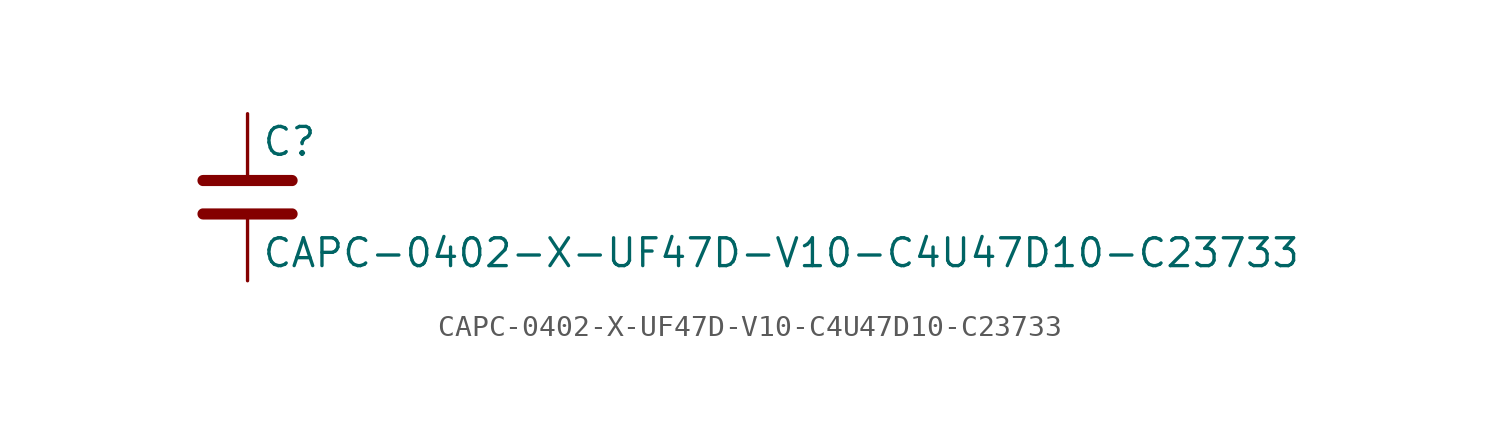
<source format=kicad_sym>
(kicad_symbol_lib
  (version 20211014)
  (generator kicad_symbol_editor)
  (symbol "CAPC-0402-X-UF47D-V10-C4U47D10-C23733"
    (pin_numbers hide)
    (pin_names
      (offset 0.254))
    (property "Reference" "C"
      (at 0.635 2.54 0)
      (effects (font (size 1.27 1.27)) (justify left)))
    (property "Value" "CAPC-0402-X-UF47D-V10-C4U47D10-C23733"
      (at 0.635 -2.54 0)
      (effects (font (size 1.27 1.27)) (justify left)))
    (symbol "CAPC-0402-X-UF47D-V10-C4U47D10-C23733_0_1"
      (polyline (pts (xy -2.032 -0.762) (xy 2.032 -0.762)) (stroke (width 0.508) (type default) (color 0 0 0 0)) (fill (type none)))
      (polyline (pts (xy -2.032 0.762) (xy 2.032 0.762)) (stroke (width 0.508) (type default) (color 0 0 0 0)) (fill (type none))))
    (symbol "CAPC-0402-X-UF47D-V10-C4U47D10-C23733_1_1"
      (pin passive line (at 0 3.81 270) (length 2.794) (name "~" (effects (font (size 1.27 1.27)))) (number "1" (effects (font (size 1.27 1.27)))))
      (pin passive line (at 0 -3.81 90) (length 2.794) (name "~" (effects (font (size 1.27 1.27)))) (number "2" (effects (font (size 1.27 1.27))))))))
</source>
